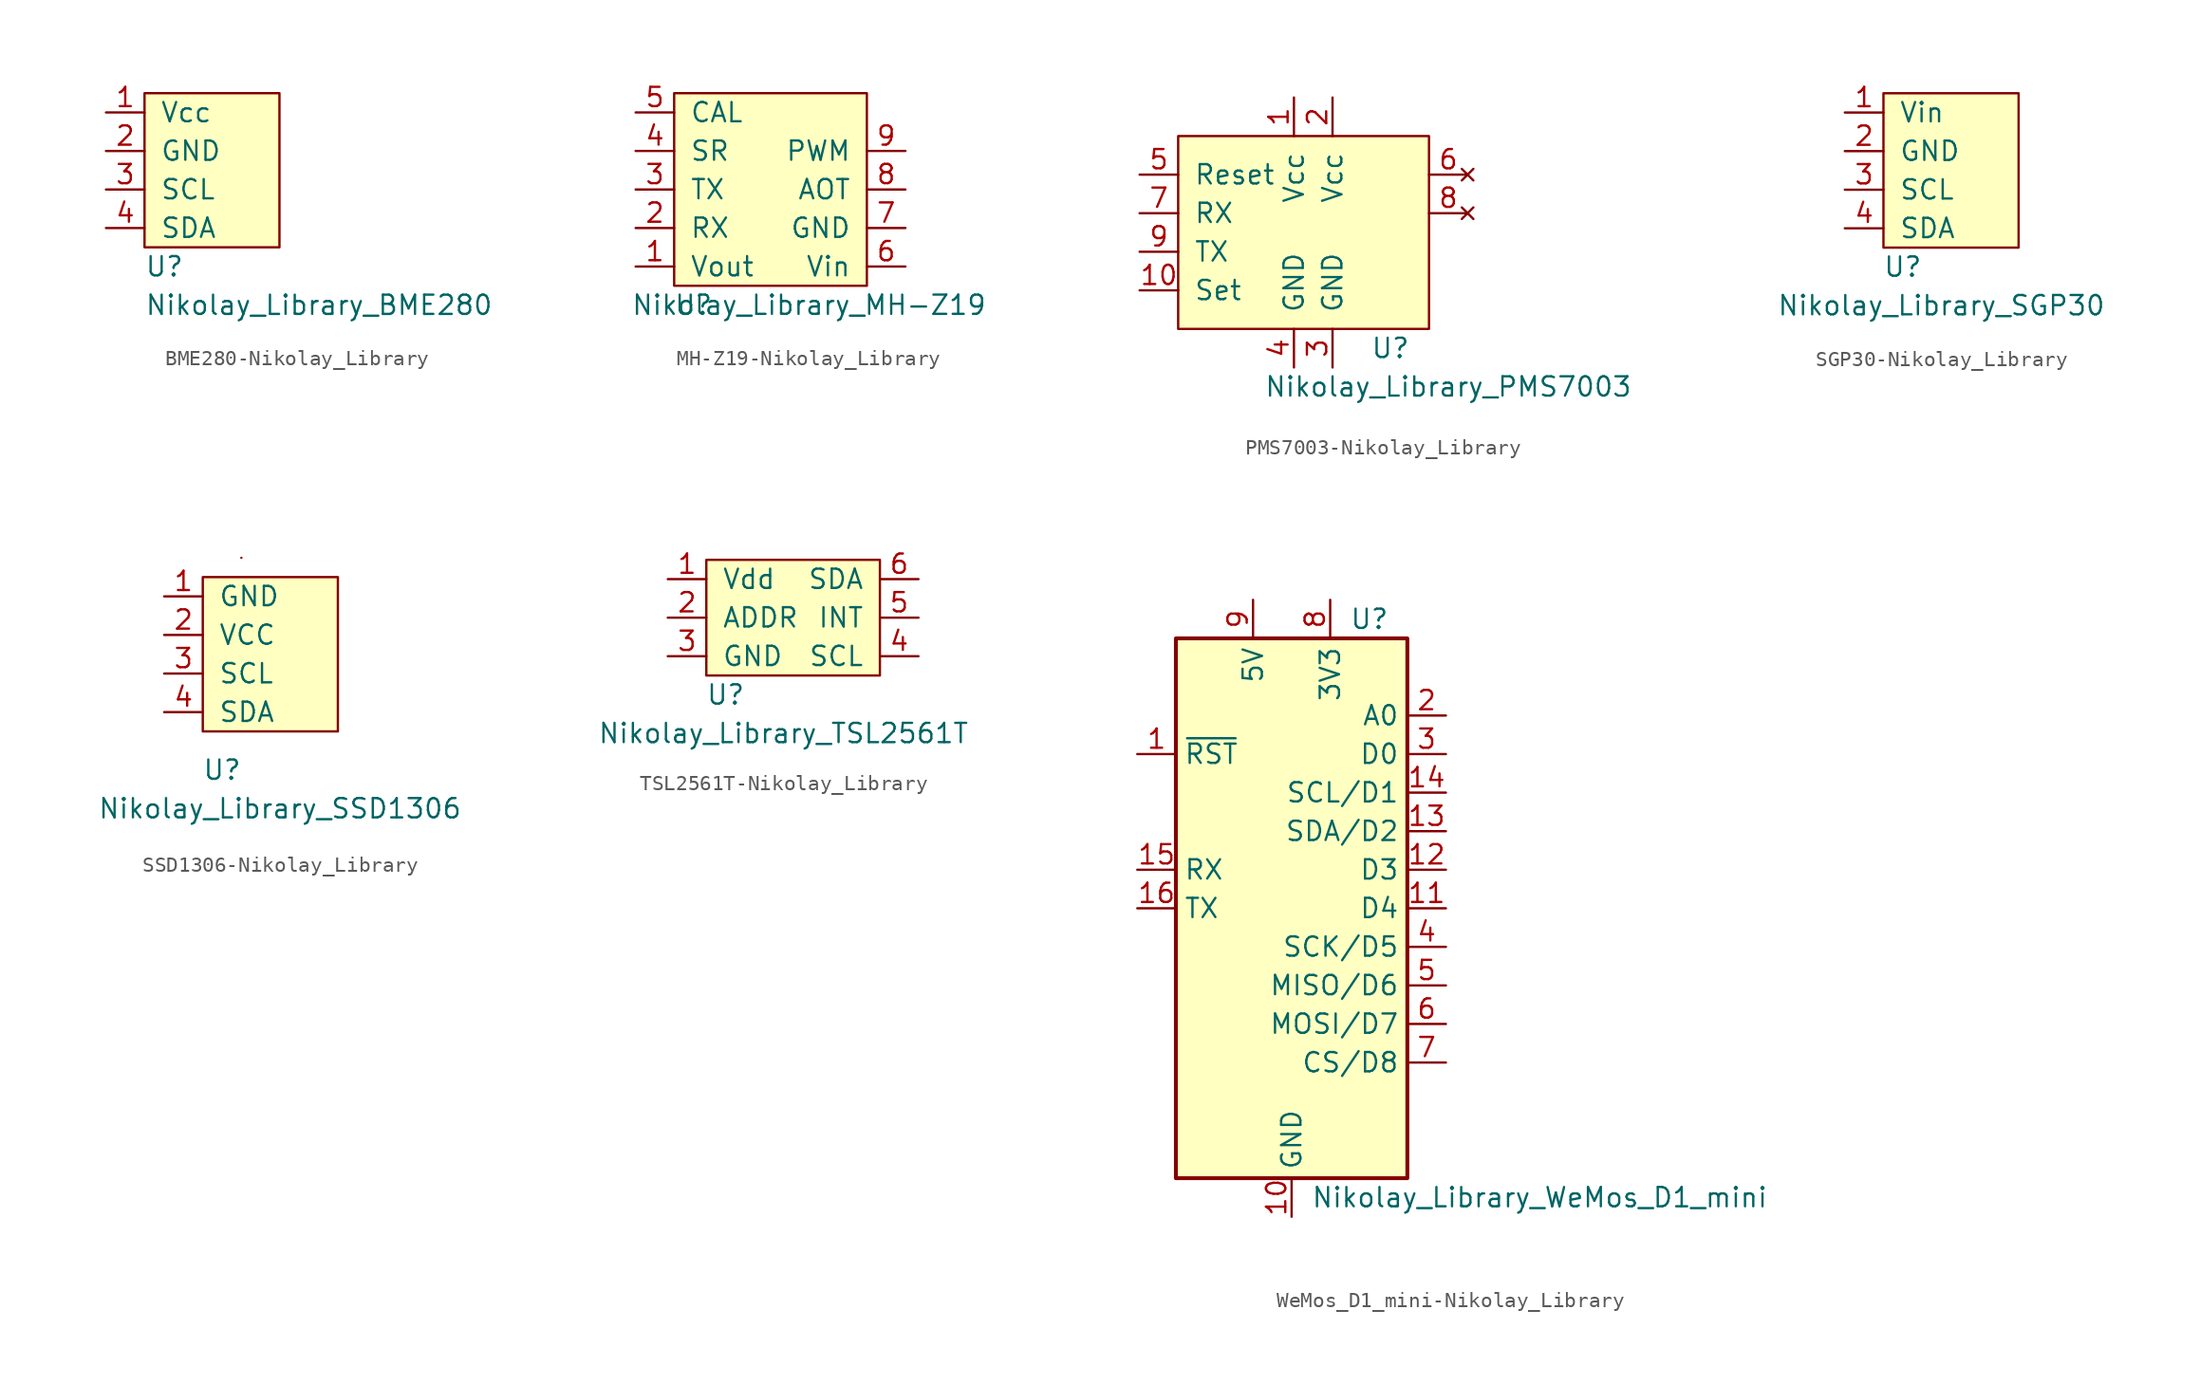
<source format=kicad_sym>
(kicad_symbol_lib
  (version 20220914)
  (generator kicad_symbol_editor)
  (symbol "BME280-Nikolay_Library"
    (pin_names
      (offset 1.016))
    (property "Reference" "U"
      (at -8.89 15.24 0)
      (effects (font (size 1.27 1.27)) (justify left)))
    (property "Value" "Nikolay_Library_BME280"
      (at -8.89 12.7 0)
      (effects (font (size 1.27 1.27)) (justify left)))
    (symbol "BME280-Nikolay_Library_0_1"
      (rectangle (start -8.89 26.67) (end 0 16.51) (stroke (width 0) (type solid)) (fill (type background))))
    (symbol "BME280-Nikolay_Library_1_1"
      (pin input line (at -11.43 25.4 0) (length 2.54) (name "Vcc" (effects (font (size 1.27 1.27)))) (number "1" (effects (font (size 1.27 1.27)))))
      (pin input line (at -11.43 22.86 0) (length 2.54) (name "GND" (effects (font (size 1.27 1.27)))) (number "2" (effects (font (size 1.27 1.27)))))
      (pin bidirectional line (at -11.43 20.32 0) (length 2.54) (name "SCL" (effects (font (size 1.27 1.27)))) (number "3" (effects (font (size 1.27 1.27)))))
      (pin bidirectional line (at -11.43 17.78 0) (length 2.54) (name "SDA" (effects (font (size 1.27 1.27)))) (number "4" (effects (font (size 1.27 1.27)))))))
  (symbol "MH-Z19-Nikolay_Library"
    (pin_names
      (offset 1.016))
    (property "Reference" "U"
      (at -5.08 -7.62 0)
      (effects (font (size 1.27 1.27))))
    (property "Value" "Nikolay_Library_MH-Z19"
      (at 2.54 -7.62 0)
      (effects (font (size 1.27 1.27))))
    (symbol "MH-Z19-Nikolay_Library_0_1"
      (rectangle (start -6.35 6.35) (end 6.35 -6.35) (stroke (width 0) (type solid)) (fill (type background))))
    (symbol "MH-Z19-Nikolay_Library_1_1"
      (pin output line (at -8.89 -5.08 0) (length 2.54) (name "Vout" (effects (font (size 1.27 1.27)))) (number "1" (effects (font (size 1.27 1.27)))))
      (pin input line (at -8.89 -2.54 0) (length 2.54) (name "RX" (effects (font (size 1.27 1.27)))) (number "2" (effects (font (size 1.27 1.27)))))
      (pin output line (at -8.89 0 0) (length 2.54) (name "TX" (effects (font (size 1.27 1.27)))) (number "3" (effects (font (size 1.27 1.27)))))
      (pin unspecified line (at -8.89 2.54 0) (length 2.54) (name "SR" (effects (font (size 1.27 1.27)))) (number "4" (effects (font (size 1.27 1.27)))))
      (pin input line (at -8.89 5.08 0) (length 2.54) (name "CAL" (effects (font (size 1.27 1.27)))) (number "5" (effects (font (size 1.27 1.27)))))
      (pin input line (at 8.89 -5.08 180) (length 2.54) (name "Vin" (effects (font (size 1.27 1.27)))) (number "6" (effects (font (size 1.27 1.27)))))
      (pin input line (at 8.89 -2.54 180) (length 2.54) (name "GND" (effects (font (size 1.27 1.27)))) (number "7" (effects (font (size 1.27 1.27)))))
      (pin unspecified line (at 8.89 0 180) (length 2.54) (name "AOT" (effects (font (size 1.27 1.27)))) (number "8" (effects (font (size 1.27 1.27)))))
      (pin output line (at 8.89 2.54 180) (length 2.54) (name "PWM" (effects (font (size 1.27 1.27)))) (number "9" (effects (font (size 1.27 1.27)))))))
  (symbol "PMS7003-Nikolay_Library"
    (pin_names
      (offset 1.016))
    (property "Reference" "U"
      (at 11.43 -6.35 0)
      (effects (font (size 1.27 1.27))))
    (property "Value" "Nikolay_Library_PMS7003"
      (at 15.24 -8.89 0)
      (effects (font (size 1.27 1.27))))
    (symbol "PMS7003-Nikolay_Library_0_1"
      (rectangle (start -2.54 7.62) (end 13.97 -5.08) (stroke (width 0) (type solid)) (fill (type background))))
    (symbol "PMS7003-Nikolay_Library_1_1"
      (pin input line (at 5.08 10.16 270) (length 2.54) (name "Vcc" (effects (font (size 1.27 1.27)))) (number "1" (effects (font (size 1.27 1.27)))))
      (pin input line (at -5.08 -2.54 0) (length 2.54) (name "Set" (effects (font (size 1.27 1.27)))) (number "10" (effects (font (size 1.27 1.27)))))
      (pin input line (at 7.62 10.16 270) (length 2.54) (name "Vcc" (effects (font (size 1.27 1.27)))) (number "2" (effects (font (size 1.27 1.27)))))
      (pin input line (at 7.62 -7.62 90) (length 2.54) (name "GND" (effects (font (size 1.27 1.27)))) (number "3" (effects (font (size 1.27 1.27)))))
      (pin input line (at 5.08 -7.62 90) (length 2.54) (name "GND" (effects (font (size 1.27 1.27)))) (number "4" (effects (font (size 1.27 1.27)))))
      (pin input line (at -5.08 5.08 0) (length 2.54) (name "Reset" (effects (font (size 1.27 1.27)))) (number "5" (effects (font (size 1.27 1.27)))))
      (pin no_connect line (at 16.51 5.08 180) (length 2.54) (name "~" (effects (font (size 1.27 1.27)))) (number "6" (effects (font (size 1.27 1.27)))))
      (pin input line (at -5.08 2.54 0) (length 2.54) (name "RX" (effects (font (size 1.27 1.27)))) (number "7" (effects (font (size 1.27 1.27)))))
      (pin no_connect line (at 16.51 2.54 180) (length 2.54) (name "~" (effects (font (size 1.27 1.27)))) (number "8" (effects (font (size 1.27 1.27)))))
      (pin output line (at -5.08 0 0) (length 2.54) (name "TX" (effects (font (size 1.27 1.27)))) (number "9" (effects (font (size 1.27 1.27)))))))
  (symbol "SGP30-Nikolay_Library"
    (pin_names
      (offset 1.016))
    (property "Reference" "U"
      (at -2.54 -6.35 0)
      (effects (font (size 1.27 1.27))))
    (property "Value" "Nikolay_Library_SGP30"
      (at 0 -8.89 0)
      (effects (font (size 1.27 1.27))))
    (symbol "SGP30-Nikolay_Library_0_1"
      (rectangle (start -3.81 5.08) (end 5.08 -5.08) (stroke (width 0) (type solid)) (fill (type background))))
    (symbol "SGP30-Nikolay_Library_1_1"
      (pin input line (at -6.35 3.81 0) (length 2.54) (name "Vin" (effects (font (size 1.27 1.27)))) (number "1" (effects (font (size 1.27 1.27)))))
      (pin input line (at -6.35 1.27 0) (length 2.54) (name "GND" (effects (font (size 1.27 1.27)))) (number "2" (effects (font (size 1.27 1.27)))))
      (pin bidirectional line (at -6.35 -1.27 0) (length 2.54) (name "SCL" (effects (font (size 1.27 1.27)))) (number "3" (effects (font (size 1.27 1.27)))))
      (pin bidirectional line (at -6.35 -3.81 0) (length 2.54) (name "SDA" (effects (font (size 1.27 1.27)))) (number "4" (effects (font (size 1.27 1.27)))))))
  (symbol "SSD1306-Nikolay_Library"
    (pin_names
      (offset 1.016))
    (property "Reference" "U"
      (at -2.54 -2.54 0)
      (effects (font (size 1.27 1.27))))
    (property "Value" "Nikolay_Library_SSD1306"
      (at 1.27 -5.08 0)
      (effects (font (size 1.27 1.27))))
    (symbol "SSD1306-Nikolay_Library_0_1"
      (rectangle (start -3.81 10.16) (end 5.08 0) (stroke (width 0) (type solid)) (fill (type background)))
      (rectangle (start -1.27 11.43) (end -1.27 11.43) (stroke (width 0) (type solid)) (fill (type none))))
    (symbol "SSD1306-Nikolay_Library_1_1"
      (pin input line (at -6.35 8.89 0) (length 2.54) (name "GND" (effects (font (size 1.27 1.27)))) (number "1" (effects (font (size 1.27 1.27)))))
      (pin input line (at -6.35 6.35 0) (length 2.54) (name "VCC" (effects (font (size 1.27 1.27)))) (number "2" (effects (font (size 1.27 1.27)))))
      (pin bidirectional line (at -6.35 3.81 0) (length 2.54) (name "SCL" (effects (font (size 1.27 1.27)))) (number "3" (effects (font (size 1.27 1.27)))))
      (pin bidirectional line (at -6.35 1.27 0) (length 2.54) (name "SDA" (effects (font (size 1.27 1.27)))) (number "4" (effects (font (size 1.27 1.27)))))))
  (symbol "TSL2561T-Nikolay_Library"
    (pin_names
      (offset 1.016))
    (property "Reference" "U"
      (at -5.08 -5.08 0)
      (effects (font (size 1.27 1.27))))
    (property "Value" "Nikolay_Library_TSL2561T"
      (at -1.27 -7.62 0)
      (effects (font (size 1.27 1.27))))
    (symbol "TSL2561T-Nikolay_Library_0_1"
      (rectangle (start -6.35 3.81) (end 5.08 -3.81) (stroke (width 0) (type solid)) (fill (type background))))
    (symbol "TSL2561T-Nikolay_Library_1_1"
      (pin input line (at -8.89 2.54 0) (length 2.54) (name "Vdd" (effects (font (size 1.27 1.27)))) (number "1" (effects (font (size 1.27 1.27)))))
      (pin passive line (at -8.89 0 0) (length 2.54) (name "ADDR" (effects (font (size 1.27 1.27)))) (number "2" (effects (font (size 1.27 1.27)))))
      (pin input line (at -8.89 -2.54 0) (length 2.54) (name "GND" (effects (font (size 1.27 1.27)))) (number "3" (effects (font (size 1.27 1.27)))))
      (pin input line (at 7.62 -2.54 180) (length 2.54) (name "SCL" (effects (font (size 1.27 1.27)))) (number "4" (effects (font (size 1.27 1.27)))))
      (pin output line (at 7.62 0 180) (length 2.54) (name "INT" (effects (font (size 1.27 1.27)))) (number "5" (effects (font (size 1.27 1.27)))))
      (pin bidirectional line (at 7.62 2.54 180) (length 2.54) (name "SDA" (effects (font (size 1.27 1.27)))) (number "6" (effects (font (size 1.27 1.27)))))))
  (symbol "WeMos_D1_mini-Nikolay_Library"
    (property "Reference" "U"
      (at 3.81 19.05 0)
      (effects (font (size 1.27 1.27)) (justify left)))
    (property "Value" "Nikolay_Library_WeMos_D1_mini"
      (at 1.27 -19.05 0)
      (effects (font (size 1.27 1.27)) (justify left)))
    (symbol "WeMos_D1_mini-Nikolay_Library_1_1"
      (rectangle (start -7.62 17.78) (end 7.62 -17.78) (stroke (width 0.254) (type solid)) (fill (type background)))
      (pin input line (at -10.16 10.16 0) (length 2.54) (name "~{RST}" (effects (font (size 1.27 1.27)))) (number "1" (effects (font (size 1.27 1.27)))))
      (pin power_in line (at 0 -20.32 90) (length 2.54) (name "GND" (effects (font (size 1.27 1.27)))) (number "10" (effects (font (size 1.27 1.27)))))
      (pin bidirectional line (at 10.16 0 180) (length 2.54) (name "D4" (effects (font (size 1.27 1.27)))) (number "11" (effects (font (size 1.27 1.27)))))
      (pin bidirectional line (at 10.16 2.54 180) (length 2.54) (name "D3" (effects (font (size 1.27 1.27)))) (number "12" (effects (font (size 1.27 1.27)))))
      (pin bidirectional line (at 10.16 5.08 180) (length 2.54) (name "SDA/D2" (effects (font (size 1.27 1.27)))) (number "13" (effects (font (size 1.27 1.27)))))
      (pin bidirectional line (at 10.16 7.62 180) (length 2.54) (name "SCL/D1" (effects (font (size 1.27 1.27)))) (number "14" (effects (font (size 1.27 1.27)))))
      (pin input line (at -10.16 2.54 0) (length 2.54) (name "RX" (effects (font (size 1.27 1.27)))) (number "15" (effects (font (size 1.27 1.27)))))
      (pin output line (at -10.16 0 0) (length 2.54) (name "TX" (effects (font (size 1.27 1.27)))) (number "16" (effects (font (size 1.27 1.27)))))
      (pin input line (at 10.16 12.7 180) (length 2.54) (name "A0" (effects (font (size 1.27 1.27)))) (number "2" (effects (font (size 1.27 1.27)))))
      (pin bidirectional line (at 10.16 10.16 180) (length 2.54) (name "D0" (effects (font (size 1.27 1.27)))) (number "3" (effects (font (size 1.27 1.27)))))
      (pin bidirectional line (at 10.16 -2.54 180) (length 2.54) (name "SCK/D5" (effects (font (size 1.27 1.27)))) (number "4" (effects (font (size 1.27 1.27)))))
      (pin bidirectional line (at 10.16 -5.08 180) (length 2.54) (name "MISO/D6" (effects (font (size 1.27 1.27)))) (number "5" (effects (font (size 1.27 1.27)))))
      (pin bidirectional line (at 10.16 -7.62 180) (length 2.54) (name "MOSI/D7" (effects (font (size 1.27 1.27)))) (number "6" (effects (font (size 1.27 1.27)))))
      (pin bidirectional line (at 10.16 -10.16 180) (length 2.54) (name "CS/D8" (effects (font (size 1.27 1.27)))) (number "7" (effects (font (size 1.27 1.27)))))
      (pin power_out line (at 2.54 20.32 270) (length 2.54) (name "3V3" (effects (font (size 1.27 1.27)))) (number "8" (effects (font (size 1.27 1.27)))))
      (pin bidirectional line (at -2.54 20.32 270) (length 2.54) (name "5V" (effects (font (size 1.27 1.27)))) (number "9" (effects (font (size 1.27 1.27))))))))
</source>
